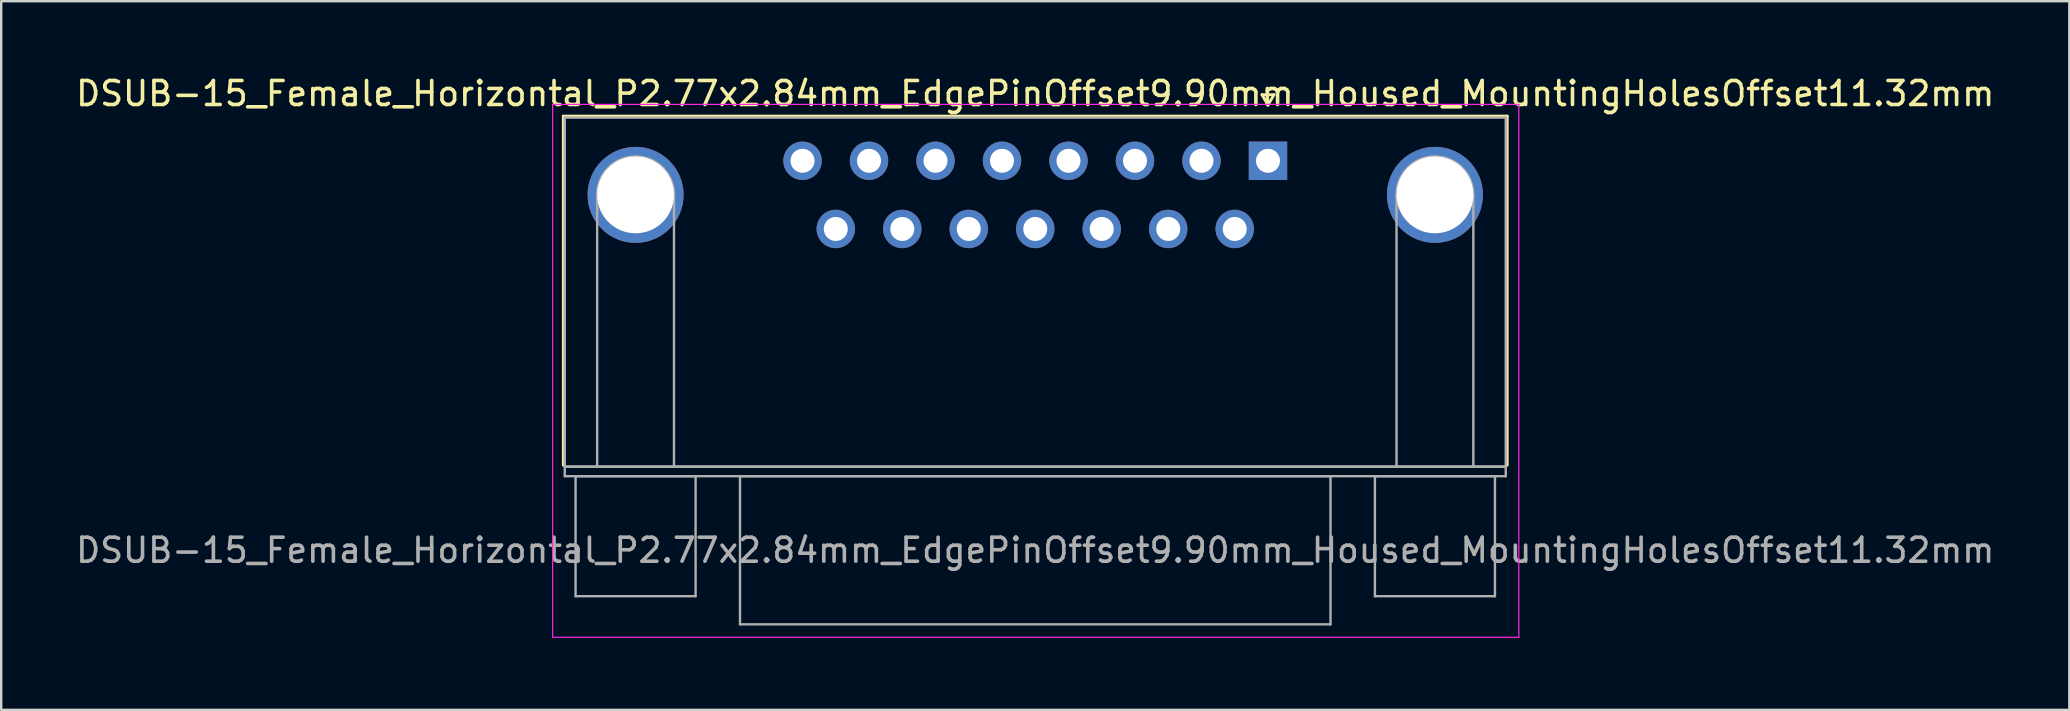
<source format=kicad_pcb>
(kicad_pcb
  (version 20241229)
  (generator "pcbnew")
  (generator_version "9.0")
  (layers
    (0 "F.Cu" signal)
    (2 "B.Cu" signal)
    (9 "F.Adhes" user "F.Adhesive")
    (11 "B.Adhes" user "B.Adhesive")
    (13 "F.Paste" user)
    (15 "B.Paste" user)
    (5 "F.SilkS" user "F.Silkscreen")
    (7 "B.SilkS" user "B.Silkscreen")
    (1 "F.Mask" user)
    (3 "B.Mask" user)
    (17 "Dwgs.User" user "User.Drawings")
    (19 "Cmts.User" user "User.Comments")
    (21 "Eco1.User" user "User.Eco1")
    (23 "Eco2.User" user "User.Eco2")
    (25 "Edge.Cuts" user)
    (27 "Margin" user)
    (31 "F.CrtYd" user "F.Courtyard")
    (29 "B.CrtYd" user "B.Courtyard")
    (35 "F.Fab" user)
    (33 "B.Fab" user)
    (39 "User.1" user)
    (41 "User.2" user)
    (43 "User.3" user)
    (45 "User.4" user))
  (footprint "DSUB-15_Female_Horizontal_P2.77x2.84mm_EdgePinOffset9.90mm_Housed_MountingHolesOffset11.32mm"
    (layer "F.Cu")
    (at 49.772 3.648)
    (property "Reference" "DSUB-15_Female_Horizontal_P2.77x2.84mm_EdgePinOffset9.90mm_Housed_MountingHolesOffset11.32mm" (at -9.695 -2.8 0) (layer "F.SilkS") (effects (font (size 1 1) (thickness 0.15))))
    (attr through_hole)
    (fp_line (start -29.355 -1.86) (end 9.965 -1.86) (stroke (width 0.12) (type solid)) (layer "F.SilkS"))
    (fp_line (start -29.355 12.68) (end -29.355 -1.86) (stroke (width 0.12) (type solid)) (layer "F.SilkS"))
    (fp_line (start -0.25 -2.754) (end 0.25 -2.754) (stroke (width 0.12) (type solid)) (layer "F.SilkS"))
    (fp_line (start 0 -2.321) (end -0.25 -2.754) (stroke (width 0.12) (type solid)) (layer "F.SilkS"))
    (fp_line (start 0.25 -2.754) (end 0 -2.321) (stroke (width 0.12) (type solid)) (layer "F.SilkS"))
    (fp_line (start 9.965 -1.86) (end 9.965 12.68) (stroke (width 0.12) (type solid)) (layer "F.SilkS"))
    (fp_line (start -29.8 -2.35) (end -29.8 19.85) (stroke (width 0.05) (type solid)) (layer "F.CrtYd"))
    (fp_line (start -29.8 19.85) (end 10.45 19.85) (stroke (width 0.05) (type solid)) (layer "F.CrtYd"))
    (fp_line (start 10.45 -2.35) (end -29.8 -2.35) (stroke (width 0.05) (type solid)) (layer "F.CrtYd"))
    (fp_line (start 10.45 19.85) (end 10.45 -2.35) (stroke (width 0.05) (type solid)) (layer "F.CrtYd"))
    (fp_line (start -29.295 -1.8) (end -29.295 12.74) (stroke (width 0.1) (type solid)) (layer "F.Fab"))
    (fp_line (start -29.295 12.74) (end -29.295 13.14) (stroke (width 0.1) (type solid)) (layer "F.Fab"))
    (fp_line (start -29.295 12.74) (end 9.905 12.74) (stroke (width 0.1) (type solid)) (layer "F.Fab"))
    (fp_line (start -29.295 13.14) (end 9.905 13.14) (stroke (width 0.1) (type solid)) (layer "F.Fab"))
    (fp_line (start -28.845 13.14) (end -28.845 18.14) (stroke (width 0.1) (type solid)) (layer "F.Fab"))
    (fp_line (start -28.845 18.14) (end -23.845 18.14) (stroke (width 0.1) (type solid)) (layer "F.Fab"))
    (fp_line (start -27.945 12.74) (end -27.945 1.42) (stroke (width 0.1) (type solid)) (layer "F.Fab"))
    (fp_line (start -24.745 12.74) (end -24.745 1.42) (stroke (width 0.1) (type solid)) (layer "F.Fab"))
    (fp_line (start -23.845 13.14) (end -28.845 13.14) (stroke (width 0.1) (type solid)) (layer "F.Fab"))
    (fp_line (start -23.845 18.14) (end -23.845 13.14) (stroke (width 0.1) (type solid)) (layer "F.Fab"))
    (fp_line (start -21.995 13.14) (end -21.995 19.31) (stroke (width 0.1) (type solid)) (layer "F.Fab"))
    (fp_line (start -21.995 19.31) (end 2.605 19.31) (stroke (width 0.1) (type solid)) (layer "F.Fab"))
    (fp_line (start 2.605 13.14) (end -21.995 13.14) (stroke (width 0.1) (type solid)) (layer "F.Fab"))
    (fp_line (start 2.605 19.31) (end 2.605 13.14) (stroke (width 0.1) (type solid)) (layer "F.Fab"))
    (fp_line (start 4.455 13.14) (end 4.455 18.14) (stroke (width 0.1) (type solid)) (layer "F.Fab"))
    (fp_line (start 4.455 18.14) (end 9.455 18.14) (stroke (width 0.1) (type solid)) (layer "F.Fab"))
    (fp_line (start 5.355 12.74) (end 5.355 1.42) (stroke (width 0.1) (type solid)) (layer "F.Fab"))
    (fp_line (start 8.555 12.74) (end 8.555 1.42) (stroke (width 0.1) (type solid)) (layer "F.Fab"))
    (fp_line (start 9.455 13.14) (end 4.455 13.14) (stroke (width 0.1) (type solid)) (layer "F.Fab"))
    (fp_line (start 9.455 18.14) (end 9.455 13.14) (stroke (width 0.1) (type solid)) (layer "F.Fab"))
    (fp_line (start 9.905 -1.8) (end -29.295 -1.8) (stroke (width 0.1) (type solid)) (layer "F.Fab"))
    (fp_line (start 9.905 12.74) (end -29.295 12.74) (stroke (width 0.1) (type solid)) (layer "F.Fab"))
    (fp_line (start 9.905 12.74) (end 9.905 -1.8) (stroke (width 0.1) (type solid)) (layer "F.Fab"))
    (fp_line (start 9.905 13.14) (end 9.905 12.74) (stroke (width 0.1) (type solid)) (layer "F.Fab"))
    (fp_arc (start -27.945 1.42) (mid -26.345 -0.18) (end -24.745 1.42) (stroke (width 0.1) (type solid)) (layer "F.Fab"))
    (fp_arc (start 5.355 1.42) (mid 6.955 -0.18) (end 8.555 1.42) (stroke (width 0.1) (type solid)) (layer "F.Fab"))
    (fp_text user "${REFERENCE}" (at -9.695 16.225 0) (layer "F.Fab") (effects (font (size 1 1) (thickness 0.15))))
    (pad "0" thru_hole circle (at -26.345 1.42) (size 4 4) (drill 3.2) (layers "*.Cu" "*.Mask"))
    (pad "0" thru_hole circle (at 6.955 1.42) (size 4 4) (drill 3.2) (layers "*.Cu" "*.Mask"))
    (pad "1" thru_hole rect (at 0 0) (size 1.6 1.6) (drill 1) (layers "*.Cu" "*.Mask"))
    (pad "2" thru_hole circle (at -2.77 0) (size 1.6 1.6) (drill 1) (layers "*.Cu" "*.Mask"))
    (pad "3" thru_hole circle (at -5.54 0) (size 1.6 1.6) (drill 1) (layers "*.Cu" "*.Mask"))
    (pad "4" thru_hole circle (at -8.31 0) (size 1.6 1.6) (drill 1) (layers "*.Cu" "*.Mask"))
    (pad "5" thru_hole circle (at -11.08 0) (size 1.6 1.6) (drill 1) (layers "*.Cu" "*.Mask"))
    (pad "6" thru_hole circle (at -13.85 0) (size 1.6 1.6) (drill 1) (layers "*.Cu" "*.Mask"))
    (pad "7" thru_hole circle (at -16.62 0) (size 1.6 1.6) (drill 1) (layers "*.Cu" "*.Mask"))
    (pad "8" thru_hole circle (at -19.39 0) (size 1.6 1.6) (drill 1) (layers "*.Cu" "*.Mask"))
    (pad "9" thru_hole circle (at -1.385 2.84) (size 1.6 1.6) (drill 1) (layers "*.Cu" "*.Mask"))
    (pad "10" thru_hole circle (at -4.155 2.84) (size 1.6 1.6) (drill 1) (layers "*.Cu" "*.Mask"))
    (pad "11" thru_hole circle (at -6.925 2.84) (size 1.6 1.6) (drill 1) (layers "*.Cu" "*.Mask"))
    (pad "12" thru_hole circle (at -9.695 2.84) (size 1.6 1.6) (drill 1) (layers "*.Cu" "*.Mask"))
    (pad "13" thru_hole circle (at -12.465 2.84) (size 1.6 1.6) (drill 1) (layers "*.Cu" "*.Mask"))
    (pad "14" thru_hole circle (at -15.235 2.84) (size 1.6 1.6) (drill 1) (layers "*.Cu" "*.Mask"))
    (pad "15" thru_hole circle (at -18.005 2.84) (size 1.6 1.6) (drill 1) (layers "*.Cu" "*.Mask")))
  (gr_rect
    (start -3 -3)
    (end 83.155 26.523)
    (stroke (width 0.1) (type default))
    (fill no)
    (layer "Edge.Cuts")))
</source>
